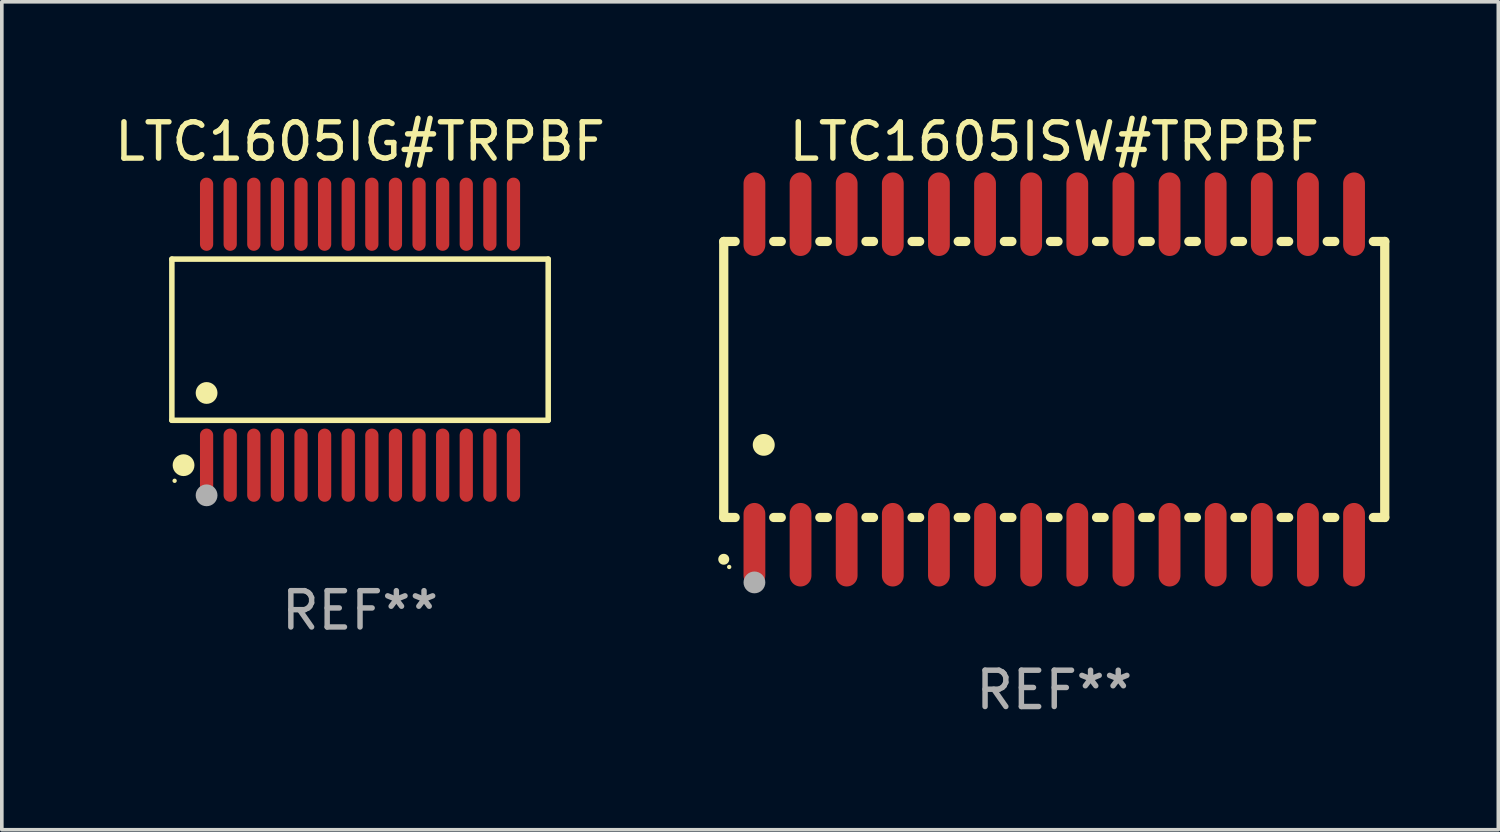
<source format=kicad_pcb>
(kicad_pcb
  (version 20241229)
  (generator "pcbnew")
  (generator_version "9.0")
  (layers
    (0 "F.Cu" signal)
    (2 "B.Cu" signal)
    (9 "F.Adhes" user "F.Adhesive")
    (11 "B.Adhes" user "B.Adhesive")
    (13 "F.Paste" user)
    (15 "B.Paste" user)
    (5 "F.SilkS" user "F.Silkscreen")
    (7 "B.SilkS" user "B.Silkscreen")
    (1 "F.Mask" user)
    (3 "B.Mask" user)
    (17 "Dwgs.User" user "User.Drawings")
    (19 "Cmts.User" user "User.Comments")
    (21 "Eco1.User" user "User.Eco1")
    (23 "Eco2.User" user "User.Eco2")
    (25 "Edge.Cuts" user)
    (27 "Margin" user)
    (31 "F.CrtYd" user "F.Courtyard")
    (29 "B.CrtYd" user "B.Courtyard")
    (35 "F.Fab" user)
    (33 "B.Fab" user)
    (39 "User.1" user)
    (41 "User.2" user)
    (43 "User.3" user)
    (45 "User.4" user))
  (footprint "LTC1605ISW#TRPBF"
    (layer "F.Cu")
    (at 25.977 7.398)
    (property "Reference" "LTC1605ISW#TRPBF" (at 0 -6.55 0) (layer "F.SilkS") (effects (font (size 1 1) (thickness 0.15))))
    (attr through_hole)
    (fp_line (start -9.1 -3.8) (end -9.1 3.8) (stroke (width 0.254) (type solid)) (layer "F.SilkS"))
    (fp_line (start -9.1 -3.8) (end -8.786 -3.8) (stroke (width 0.254) (type solid)) (layer "F.SilkS"))
    (fp_line (start -9.1 3.8) (end -8.786 3.8) (stroke (width 0.254) (type solid)) (layer "F.SilkS"))
    (fp_line (start -7.724 -3.8) (end -7.516 -3.8) (stroke (width 0.254) (type solid)) (layer "F.SilkS"))
    (fp_line (start -7.724 3.8) (end -7.516 3.8) (stroke (width 0.254) (type solid)) (layer "F.SilkS"))
    (fp_line (start -6.454 -3.8) (end -6.246 -3.8) (stroke (width 0.254) (type solid)) (layer "F.SilkS"))
    (fp_line (start -6.454 3.8) (end -6.246 3.8) (stroke (width 0.254) (type solid)) (layer "F.SilkS"))
    (fp_line (start -5.184 -3.8) (end -4.976 -3.8) (stroke (width 0.254) (type solid)) (layer "F.SilkS"))
    (fp_line (start -5.184 3.8) (end -4.976 3.8) (stroke (width 0.254) (type solid)) (layer "F.SilkS"))
    (fp_line (start -3.914 -3.8) (end -3.706 -3.8) (stroke (width 0.254) (type solid)) (layer "F.SilkS"))
    (fp_line (start -3.914 3.8) (end -3.706 3.8) (stroke (width 0.254) (type solid)) (layer "F.SilkS"))
    (fp_line (start -2.644 -3.8) (end -2.436 -3.8) (stroke (width 0.254) (type solid)) (layer "F.SilkS"))
    (fp_line (start -2.644 3.8) (end -2.436 3.8) (stroke (width 0.254) (type solid)) (layer "F.SilkS"))
    (fp_line (start -1.374 -3.8) (end -1.166 -3.8) (stroke (width 0.254) (type solid)) (layer "F.SilkS"))
    (fp_line (start -1.374 3.8) (end -1.166 3.8) (stroke (width 0.254) (type solid)) (layer "F.SilkS"))
    (fp_line (start -0.104 -3.8) (end 0.104 -3.8) (stroke (width 0.254) (type solid)) (layer "F.SilkS"))
    (fp_line (start -0.104 3.8) (end 0.104 3.8) (stroke (width 0.254) (type solid)) (layer "F.SilkS"))
    (fp_line (start 1.166 -3.8) (end 1.374 -3.8) (stroke (width 0.254) (type solid)) (layer "F.SilkS"))
    (fp_line (start 1.166 3.8) (end 1.374 3.8) (stroke (width 0.254) (type solid)) (layer "F.SilkS"))
    (fp_line (start 2.436 -3.8) (end 2.644 -3.8) (stroke (width 0.254) (type solid)) (layer "F.SilkS"))
    (fp_line (start 2.436 3.8) (end 2.644 3.8) (stroke (width 0.254) (type solid)) (layer "F.SilkS"))
    (fp_line (start 3.706 -3.8) (end 3.914 -3.8) (stroke (width 0.254) (type solid)) (layer "F.SilkS"))
    (fp_line (start 3.706 3.8) (end 3.914 3.8) (stroke (width 0.254) (type solid)) (layer "F.SilkS"))
    (fp_line (start 4.976 -3.8) (end 5.184 -3.8) (stroke (width 0.254) (type solid)) (layer "F.SilkS"))
    (fp_line (start 4.976 3.8) (end 5.184 3.8) (stroke (width 0.254) (type solid)) (layer "F.SilkS"))
    (fp_line (start 6.246 -3.8) (end 6.454 -3.8) (stroke (width 0.254) (type solid)) (layer "F.SilkS"))
    (fp_line (start 6.246 3.8) (end 6.454 3.8) (stroke (width 0.254) (type solid)) (layer "F.SilkS"))
    (fp_line (start 7.516 -3.8) (end 7.724 -3.8) (stroke (width 0.254) (type solid)) (layer "F.SilkS"))
    (fp_line (start 7.516 3.8) (end 7.724 3.8) (stroke (width 0.254) (type solid)) (layer "F.SilkS"))
    (fp_line (start 8.786 -3.8) (end 9.1 -3.8) (stroke (width 0.254) (type solid)) (layer "F.SilkS"))
    (fp_line (start 8.786 3.8) (end 9.1 3.8) (stroke (width 0.254) (type solid)) (layer "F.SilkS"))
    (fp_line (start 9.1 -3.8) (end 9.1 3.8) (stroke (width 0.254) (type solid)) (layer "F.SilkS"))
    (fp_arc (start -9.100864 4.95047) (mid -9.099594 4.950465) (end -9.098324 4.95047) (stroke (width 0.3) (type solid)) (layer "F.SilkS"))
    (fp_arc (start -8.001041 1.800864) (mid -7.998501 1.800853) (end -7.995961 1.800864) (stroke (width 0.6) (type solid)) (layer "F.SilkS"))
    (fp_circle (center -8.95 5.163) (end -8.92 5.163) (stroke (width 0.06) (type solid)) (fill no) (layer "F.SilkS"))
    (fp_circle (center -8.255 5.588) (end -8.105 5.588) (stroke (width 0.3) (type solid)) (fill no) (layer "F.Fab"))
    (fp_text user "REF**" (at 0 8.55 0) (layer "F.Fab") (effects (font (size 1 1) (thickness 0.15))))
    (pad "1" smd oval (at -8.255 4.55 180) (size 0.6 2.3) (layers "F.Cu" "F.Mask" "F.Paste"))
    (pad "2" smd oval (at -6.985 4.55 180) (size 0.6 2.3) (layers "F.Cu" "F.Mask" "F.Paste"))
    (pad "3" smd oval (at -5.715 4.55 180) (size 0.6 2.3) (layers "F.Cu" "F.Mask" "F.Paste"))
    (pad "4" smd oval (at -4.445 4.55 180) (size 0.6 2.3) (layers "F.Cu" "F.Mask" "F.Paste"))
    (pad "5" smd oval (at -3.175 4.55 180) (size 0.6 2.3) (layers "F.Cu" "F.Mask" "F.Paste"))
    (pad "6" smd oval (at -1.905 4.55 180) (size 0.6 2.3) (layers "F.Cu" "F.Mask" "F.Paste"))
    (pad "7" smd oval (at -0.635 4.55 180) (size 0.6 2.3) (layers "F.Cu" "F.Mask" "F.Paste"))
    (pad "8" smd oval (at 0.635 4.55 180) (size 0.6 2.3) (layers "F.Cu" "F.Mask" "F.Paste"))
    (pad "9" smd oval (at 1.905 4.55 180) (size 0.6 2.3) (layers "F.Cu" "F.Mask" "F.Paste"))
    (pad "10" smd oval (at 3.175 4.55 180) (size 0.6 2.3) (layers "F.Cu" "F.Mask" "F.Paste"))
    (pad "11" smd oval (at 4.445 4.55 180) (size 0.6 2.3) (layers "F.Cu" "F.Mask" "F.Paste"))
    (pad "12" smd oval (at 5.715 4.55 180) (size 0.6 2.3) (layers "F.Cu" "F.Mask" "F.Paste"))
    (pad "13" smd oval (at 6.985 4.55 180) (size 0.6 2.3) (layers "F.Cu" "F.Mask" "F.Paste"))
    (pad "14" smd oval (at 8.255 4.55 180) (size 0.6 2.3) (layers "F.Cu" "F.Mask" "F.Paste"))
    (pad "15" smd oval (at 8.255 -4.55 180) (size 0.6 2.3) (layers "F.Cu" "F.Mask" "F.Paste"))
    (pad "16" smd oval (at 6.985 -4.55 180) (size 0.6 2.3) (layers "F.Cu" "F.Mask" "F.Paste"))
    (pad "17" smd oval (at 5.715 -4.55 180) (size 0.6 2.3) (layers "F.Cu" "F.Mask" "F.Paste"))
    (pad "18" smd oval (at 4.445 -4.55 180) (size 0.6 2.3) (layers "F.Cu" "F.Mask" "F.Paste"))
    (pad "19" smd oval (at 3.175 -4.55 180) (size 0.6 2.3) (layers "F.Cu" "F.Mask" "F.Paste"))
    (pad "20" smd oval (at 1.905 -4.55 180) (size 0.6 2.3) (layers "F.Cu" "F.Mask" "F.Paste"))
    (pad "21" smd oval (at 0.635 -4.55 180) (size 0.6 2.3) (layers "F.Cu" "F.Mask" "F.Paste"))
    (pad "22" smd oval (at -0.635 -4.55 180) (size 0.6 2.3) (layers "F.Cu" "F.Mask" "F.Paste"))
    (pad "23" smd oval (at -1.905 -4.55 180) (size 0.6 2.3) (layers "F.Cu" "F.Mask" "F.Paste"))
    (pad "24" smd oval (at -3.175 -4.55 180) (size 0.6 2.3) (layers "F.Cu" "F.Mask" "F.Paste"))
    (pad "25" smd oval (at -4.445 -4.55 180) (size 0.6 2.3) (layers "F.Cu" "F.Mask" "F.Paste"))
    (pad "26" smd oval (at -5.715 -4.55 180) (size 0.6 2.3) (layers "F.Cu" "F.Mask" "F.Paste"))
    (pad "27" smd oval (at -6.985 -4.55 180) (size 0.6 2.3) (layers "F.Cu" "F.Mask" "F.Paste"))
    (pad "28" smd oval (at -8.255 -4.55 180) (size 0.6 2.3) (layers "F.Cu" "F.Mask" "F.Paste")))
  (footprint "LTC1605IG#TRPBF"
    (layer "F.Cu")
    (at 6.863 6.303)
    (property "Reference" "LTC1605IG#TRPBF" (at 0 -5.455 0) (layer "F.SilkS") (effects (font (size 1 1) (thickness 0.15))))
    (attr through_hole)
    (fp_line (start -5.181 -2.219) (end 5.181 -2.219) (stroke (width 0.152) (type solid)) (layer "F.SilkS"))
    (fp_line (start -5.181 2.219) (end -5.181 -2.219) (stroke (width 0.152) (type solid)) (layer "F.SilkS"))
    (fp_line (start 5.181 -2.219) (end 5.181 2.219) (stroke (width 0.152) (type solid)) (layer "F.SilkS"))
    (fp_line (start 5.181 2.219) (end -5.181 2.219) (stroke (width 0.152) (type solid)) (layer "F.SilkS"))
    (fp_circle (center -5.105 3.885) (end -5.075 3.885) (stroke (width 0.06) (type solid)) (fill no) (layer "F.SilkS"))
    (fp_circle (center -4.859 3.455) (end -4.709 3.455) (stroke (width 0.3) (type solid)) (fill no) (layer "F.SilkS"))
    (fp_circle (center -4.225 1.467) (end -4.075 1.467) (stroke (width 0.3) (type solid)) (fill no) (layer "F.SilkS"))
    (fp_circle (center -4.225 4.285) (end -4.075 4.285) (stroke (width 0.3) (type solid)) (fill no) (layer "F.Fab"))
    (fp_text user "REF**" (at 0 7.455 0) (layer "F.Fab") (effects (font (size 1 1) (thickness 0.15))))
    (pad "1" smd oval (at -4.225 3.455) (size 0.364 2.015) (layers "F.Cu" "F.Mask" "F.Paste"))
    (pad "2" smd oval (at -3.575 3.455) (size 0.364 2.015) (layers "F.Cu" "F.Mask" "F.Paste"))
    (pad "3" smd oval (at -2.925 3.455) (size 0.364 2.015) (layers "F.Cu" "F.Mask" "F.Paste"))
    (pad "4" smd oval (at -2.275 3.455) (size 0.364 2.015) (layers "F.Cu" "F.Mask" "F.Paste"))
    (pad "5" smd oval (at -1.625 3.455) (size 0.364 2.015) (layers "F.Cu" "F.Mask" "F.Paste"))
    (pad "6" smd oval (at -0.975 3.455) (size 0.364 2.015) (layers "F.Cu" "F.Mask" "F.Paste"))
    (pad "7" smd oval (at -0.325 3.455) (size 0.364 2.015) (layers "F.Cu" "F.Mask" "F.Paste"))
    (pad "8" smd oval (at 0.325 3.455) (size 0.364 2.015) (layers "F.Cu" "F.Mask" "F.Paste"))
    (pad "9" smd oval (at 0.975 3.455) (size 0.364 2.015) (layers "F.Cu" "F.Mask" "F.Paste"))
    (pad "10" smd oval (at 1.625 3.455) (size 0.364 2.015) (layers "F.Cu" "F.Mask" "F.Paste"))
    (pad "11" smd oval (at 2.275 3.455) (size 0.364 2.015) (layers "F.Cu" "F.Mask" "F.Paste"))
    (pad "12" smd oval (at 2.925 3.455) (size 0.364 2.015) (layers "F.Cu" "F.Mask" "F.Paste"))
    (pad "13" smd oval (at 3.575 3.455) (size 0.364 2.015) (layers "F.Cu" "F.Mask" "F.Paste"))
    (pad "14" smd oval (at 4.225 3.455) (size 0.364 2.015) (layers "F.Cu" "F.Mask" "F.Paste"))
    (pad "15" smd oval (at 4.225 -3.455) (size 0.364 2.015) (layers "F.Cu" "F.Mask" "F.Paste"))
    (pad "16" smd oval (at 3.575 -3.455) (size 0.364 2.015) (layers "F.Cu" "F.Mask" "F.Paste"))
    (pad "17" smd oval (at 2.925 -3.455) (size 0.364 2.015) (layers "F.Cu" "F.Mask" "F.Paste"))
    (pad "18" smd oval (at 2.275 -3.455) (size 0.364 2.015) (layers "F.Cu" "F.Mask" "F.Paste"))
    (pad "19" smd oval (at 1.625 -3.455) (size 0.364 2.015) (layers "F.Cu" "F.Mask" "F.Paste"))
    (pad "20" smd oval (at 0.975 -3.455) (size 0.364 2.015) (layers "F.Cu" "F.Mask" "F.Paste"))
    (pad "21" smd oval (at 0.325 -3.455) (size 0.364 2.015) (layers "F.Cu" "F.Mask" "F.Paste"))
    (pad "22" smd oval (at -0.325 -3.455) (size 0.364 2.015) (layers "F.Cu" "F.Mask" "F.Paste"))
    (pad "23" smd oval (at -0.975 -3.455) (size 0.364 2.015) (layers "F.Cu" "F.Mask" "F.Paste"))
    (pad "24" smd oval (at -1.625 -3.455) (size 0.364 2.015) (layers "F.Cu" "F.Mask" "F.Paste"))
    (pad "25" smd oval (at -2.275 -3.455) (size 0.364 2.015) (layers "F.Cu" "F.Mask" "F.Paste"))
    (pad "26" smd oval (at -2.925 -3.455) (size 0.364 2.015) (layers "F.Cu" "F.Mask" "F.Paste"))
    (pad "27" smd oval (at -3.575 -3.455) (size 0.364 2.015) (layers "F.Cu" "F.Mask" "F.Paste"))
    (pad "28" smd oval (at -4.225 -3.455) (size 0.364 2.015) (layers "F.Cu" "F.Mask" "F.Paste")))
  (gr_rect
    (start -3 -3)
    (end 38.204 19.796)
    (stroke (width 0.1) (type default))
    (fill no)
    (layer "Edge.Cuts")))
</source>
